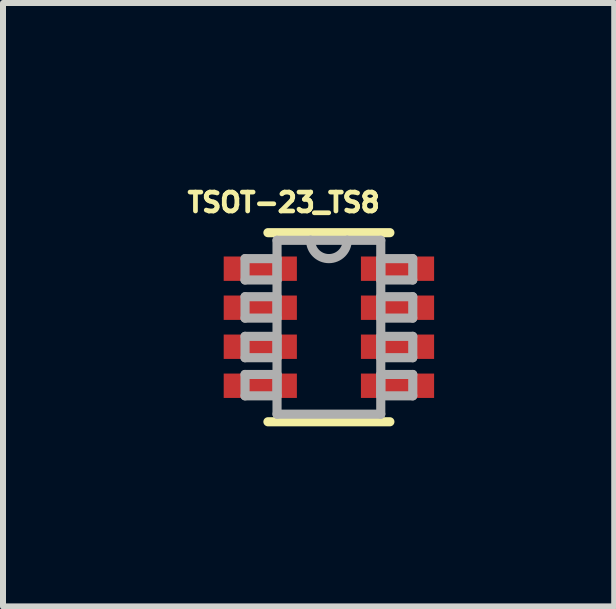
<source format=kicad_pcb>
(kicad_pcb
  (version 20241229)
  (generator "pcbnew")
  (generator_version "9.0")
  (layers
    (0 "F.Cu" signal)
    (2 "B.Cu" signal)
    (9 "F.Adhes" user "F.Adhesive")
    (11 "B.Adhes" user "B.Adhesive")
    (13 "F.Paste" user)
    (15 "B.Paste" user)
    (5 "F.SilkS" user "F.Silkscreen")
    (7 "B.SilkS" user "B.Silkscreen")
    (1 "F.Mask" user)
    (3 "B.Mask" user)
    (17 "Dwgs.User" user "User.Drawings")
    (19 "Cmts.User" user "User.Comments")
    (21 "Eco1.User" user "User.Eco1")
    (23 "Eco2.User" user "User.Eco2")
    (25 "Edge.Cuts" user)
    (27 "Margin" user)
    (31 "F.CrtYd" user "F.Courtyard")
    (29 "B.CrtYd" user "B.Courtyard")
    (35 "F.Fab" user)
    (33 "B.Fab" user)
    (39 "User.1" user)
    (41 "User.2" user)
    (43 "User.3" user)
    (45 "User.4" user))
  (footprint "TSOT-23_TS8"
    (layer "F.Cu")
    (at 2.429 2.401)
    (property "Reference" "TSOT-23_TS8" (at -0.753 -2.078 0) (layer "F.SilkS") (effects (font (size 0.315 0.315) (thickness 0.15))))
    (attr through_hole)
    (fp_line (start -1.016 1.575) (end 1.016 1.575) (stroke (width 0.152) (type solid)) (layer "F.SilkS"))
    (fp_line (start 1.016 -1.575) (end -1.016 -1.575) (stroke (width 0.152) (type solid)) (layer "F.SilkS"))
    (fp_line (start -1.397 -1.143) (end -1.397 -0.787) (stroke (width 0.152) (type solid)) (layer "F.Fab"))
    (fp_line (start -1.397 -0.787) (end -0.864 -0.787) (stroke (width 0.152) (type solid)) (layer "F.Fab"))
    (fp_line (start -1.397 -0.508) (end -1.397 -0.152) (stroke (width 0.152) (type solid)) (layer "F.Fab"))
    (fp_line (start -1.397 -0.152) (end -0.864 -0.152) (stroke (width 0.152) (type solid)) (layer "F.Fab"))
    (fp_line (start -1.397 0.152) (end -1.397 0.508) (stroke (width 0.152) (type solid)) (layer "F.Fab"))
    (fp_line (start -1.397 0.508) (end -0.864 0.508) (stroke (width 0.152) (type solid)) (layer "F.Fab"))
    (fp_line (start -1.397 0.787) (end -1.397 1.143) (stroke (width 0.152) (type solid)) (layer "F.Fab"))
    (fp_line (start -1.397 1.143) (end -0.864 1.143) (stroke (width 0.152) (type solid)) (layer "F.Fab"))
    (fp_line (start -0.864 -1.448) (end -0.864 1.448) (stroke (width 0.152) (type solid)) (layer "F.Fab"))
    (fp_line (start -0.864 -1.143) (end -1.397 -1.143) (stroke (width 0.152) (type solid)) (layer "F.Fab"))
    (fp_line (start -0.864 -0.787) (end -0.864 -1.143) (stroke (width 0.152) (type solid)) (layer "F.Fab"))
    (fp_line (start -0.864 -0.508) (end -1.397 -0.508) (stroke (width 0.152) (type solid)) (layer "F.Fab"))
    (fp_line (start -0.864 -0.152) (end -0.864 -0.508) (stroke (width 0.152) (type solid)) (layer "F.Fab"))
    (fp_line (start -0.864 0.152) (end -1.397 0.152) (stroke (width 0.152) (type solid)) (layer "F.Fab"))
    (fp_line (start -0.864 0.508) (end -0.864 0.152) (stroke (width 0.152) (type solid)) (layer "F.Fab"))
    (fp_line (start -0.864 0.787) (end -1.397 0.787) (stroke (width 0.152) (type solid)) (layer "F.Fab"))
    (fp_line (start -0.864 1.143) (end -0.864 0.787) (stroke (width 0.152) (type solid)) (layer "F.Fab"))
    (fp_line (start -0.864 1.448) (end 0.864 1.448) (stroke (width 0.152) (type solid)) (layer "F.Fab"))
    (fp_line (start -0.305 -1.448) (end -0.864 -1.448) (stroke (width 0.152) (type solid)) (layer "F.Fab"))
    (fp_line (start 0.305 -1.448) (end -0.305 -1.448) (stroke (width 0.152) (type solid)) (layer "F.Fab"))
    (fp_line (start 0.864 -1.448) (end 0.305 -1.448) (stroke (width 0.152) (type solid)) (layer "F.Fab"))
    (fp_line (start 0.864 -1.143) (end 0.864 -0.787) (stroke (width 0.152) (type solid)) (layer "F.Fab"))
    (fp_line (start 0.864 -0.787) (end 1.397 -0.787) (stroke (width 0.152) (type solid)) (layer "F.Fab"))
    (fp_line (start 0.864 -0.508) (end 0.864 -0.152) (stroke (width 0.152) (type solid)) (layer "F.Fab"))
    (fp_line (start 0.864 -0.152) (end 1.397 -0.152) (stroke (width 0.152) (type solid)) (layer "F.Fab"))
    (fp_line (start 0.864 0.152) (end 0.864 0.508) (stroke (width 0.152) (type solid)) (layer "F.Fab"))
    (fp_line (start 0.864 0.508) (end 1.397 0.508) (stroke (width 0.152) (type solid)) (layer "F.Fab"))
    (fp_line (start 0.864 0.787) (end 0.864 1.143) (stroke (width 0.152) (type solid)) (layer "F.Fab"))
    (fp_line (start 0.864 1.143) (end 1.397 1.143) (stroke (width 0.152) (type solid)) (layer "F.Fab"))
    (fp_line (start 0.864 1.448) (end 0.864 -1.448) (stroke (width 0.152) (type solid)) (layer "F.Fab"))
    (fp_line (start 1.397 -1.143) (end 0.864 -1.143) (stroke (width 0.152) (type solid)) (layer "F.Fab"))
    (fp_line (start 1.397 -0.787) (end 1.397 -1.143) (stroke (width 0.152) (type solid)) (layer "F.Fab"))
    (fp_line (start 1.397 -0.508) (end 0.864 -0.508) (stroke (width 0.152) (type solid)) (layer "F.Fab"))
    (fp_line (start 1.397 -0.152) (end 1.397 -0.508) (stroke (width 0.152) (type solid)) (layer "F.Fab"))
    (fp_line (start 1.397 0.152) (end 0.864 0.152) (stroke (width 0.152) (type solid)) (layer "F.Fab"))
    (fp_line (start 1.397 0.508) (end 1.397 0.152) (stroke (width 0.152) (type solid)) (layer "F.Fab"))
    (fp_line (start 1.397 0.787) (end 0.864 0.787) (stroke (width 0.152) (type solid)) (layer "F.Fab"))
    (fp_line (start 1.397 1.143) (end 1.397 0.787) (stroke (width 0.152) (type solid)) (layer "F.Fab"))
    (fp_arc (start 0.3048 -1.4478) (mid 0 -1.143) (end -0.3048 -1.4478) (stroke (width 0.1524) (type solid)) (layer "F.Fab"))
    (pad "1" smd rect (at -1.143 -0.975) (size 1.219 0.406) (layers "F.Cu" "F.Mask" "F.Paste"))
    (pad "2" smd rect (at -1.143 -0.325) (size 1.219 0.406) (layers "F.Cu" "F.Mask" "F.Paste"))
    (pad "3" smd rect (at -1.143 0.325) (size 1.219 0.406) (layers "F.Cu" "F.Mask" "F.Paste"))
    (pad "4" smd rect (at -1.143 0.975) (size 1.219 0.406) (layers "F.Cu" "F.Mask" "F.Paste"))
    (pad "5" smd rect (at 1.143 0.975) (size 1.219 0.406) (layers "F.Cu" "F.Mask" "F.Paste"))
    (pad "6" smd rect (at 1.143 0.325) (size 1.219 0.406) (layers "F.Cu" "F.Mask" "F.Paste"))
    (pad "7" smd rect (at 1.143 -0.325) (size 1.219 0.406) (layers "F.Cu" "F.Mask" "F.Paste"))
    (pad "8" smd rect (at 1.143 -0.975) (size 1.219 0.406) (layers "F.Cu" "F.Mask" "F.Paste")))
  (gr_rect
    (start -3 -3)
    (end 7.182 7.052)
    (stroke (width 0.1) (type default))
    (fill no)
    (layer "Edge.Cuts")))
</source>
